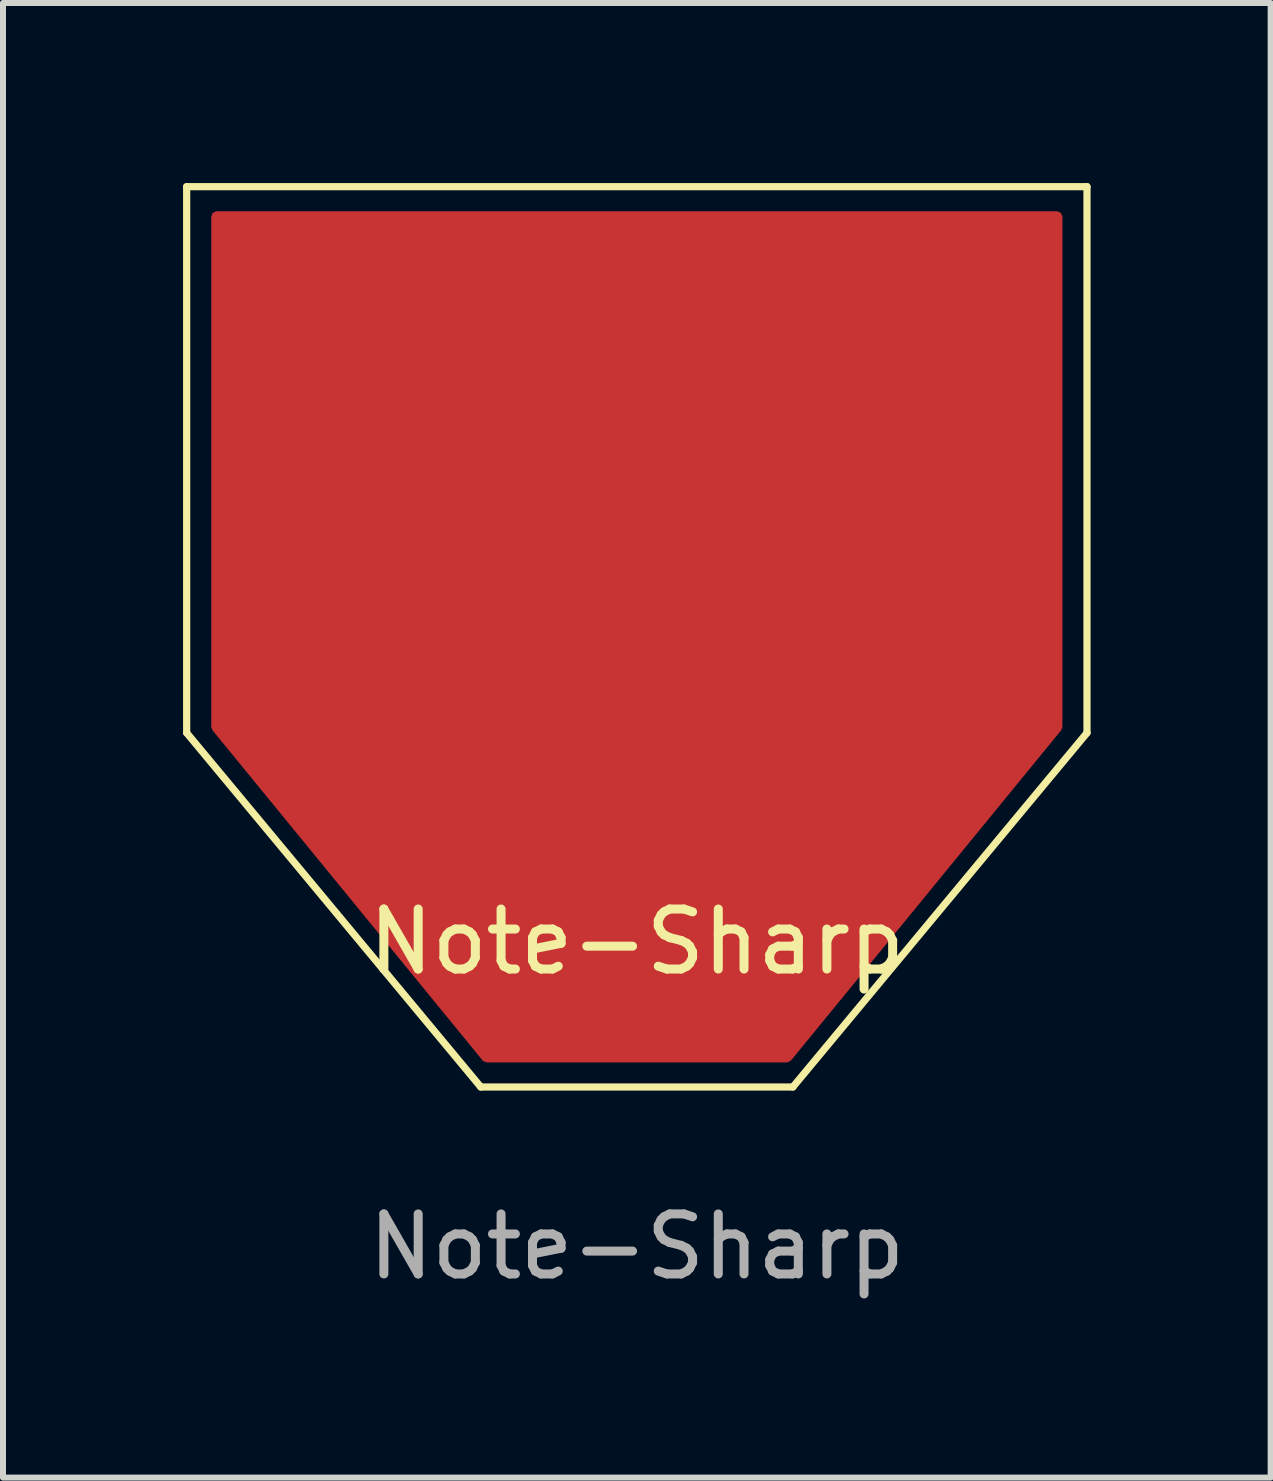
<source format=kicad_pcb>
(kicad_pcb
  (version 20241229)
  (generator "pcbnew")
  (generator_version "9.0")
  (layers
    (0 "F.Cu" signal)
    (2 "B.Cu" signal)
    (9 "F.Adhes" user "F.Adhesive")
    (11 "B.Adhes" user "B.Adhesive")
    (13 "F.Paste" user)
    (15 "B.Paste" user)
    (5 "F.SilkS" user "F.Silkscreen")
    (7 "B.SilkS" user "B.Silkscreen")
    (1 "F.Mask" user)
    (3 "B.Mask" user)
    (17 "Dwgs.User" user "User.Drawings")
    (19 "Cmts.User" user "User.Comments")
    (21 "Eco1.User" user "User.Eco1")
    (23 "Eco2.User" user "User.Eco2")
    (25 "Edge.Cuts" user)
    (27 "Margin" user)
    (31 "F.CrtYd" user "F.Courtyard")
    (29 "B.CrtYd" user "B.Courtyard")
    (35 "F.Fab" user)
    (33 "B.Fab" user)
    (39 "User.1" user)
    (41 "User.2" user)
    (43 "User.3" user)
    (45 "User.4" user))
  (footprint "Note-Sharp"
    (layer "F.Cu")
    (at 7.56 7.56)
    (property "Reference" "Note-Sharp" (at 0 5.08 0) (unlocked yes) (layer "F.SilkS") (effects (font (size 1 1) (thickness 0.15))))
    (attr smd)
    (fp_line (start -7.5 -7.5) (end -7.5 1.6) (stroke (width 0.12) (type solid)) (layer "F.SilkS"))
    (fp_line (start -2.6 7.5) (end -7.5 1.6) (stroke (width 0.12) (type solid)) (layer "F.SilkS"))
    (fp_line (start 2.6 7.5) (end -2.6 7.5) (stroke (width 0.12) (type solid)) (layer "F.SilkS"))
    (fp_line (start 7.5 -7.5) (end -7.5 -7.5) (stroke (width 0.12) (type solid)) (layer "F.SilkS"))
    (fp_line (start 7.5 -7.5) (end 7.5 1.6) (stroke (width 0.12) (type solid)) (layer "F.SilkS"))
    (fp_line (start 7.5 1.6) (end 2.6 7.5) (stroke (width 0.12) (type solid)) (layer "F.SilkS"))
    (fp_text user "${REFERENCE}" (at 0 10.16 0) (unlocked yes) (layer "F.Fab") (effects (font (size 1 1) (thickness 0.15))))
    (pad "1" smd custom (at 0 0 180) (size 2.286 1.524) (layers "F.Cu" "F.Mask" "F.Paste") (options (anchor rect)) (primitives (gr_poly (pts (xy 7 7) (xy -7 7) (xy -7 -1.5) (xy -2.5 -7) (xy 2.5 -7) (xy 7 -1.5)) (width 0.18) (fill yes)))))
  (gr_rect
    (start -3 -3)
    (end 18.12 21.568)
    (stroke (width 0.1) (type default))
    (fill no)
    (layer "Edge.Cuts")))
</source>
